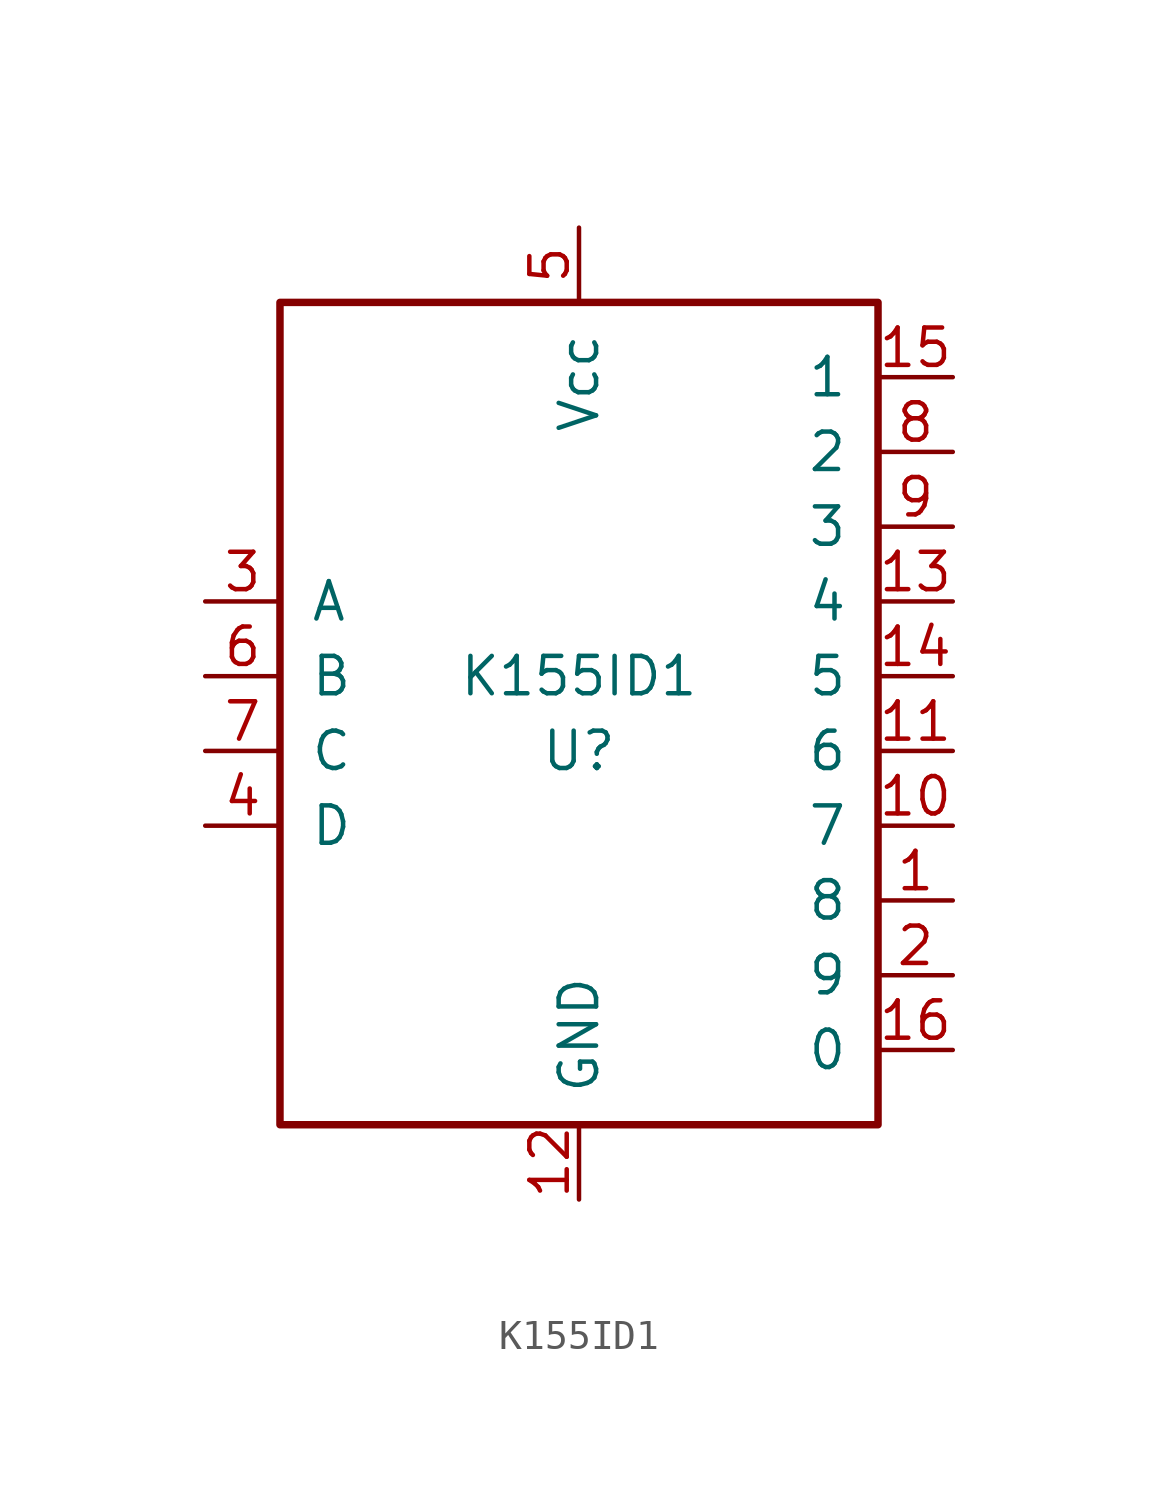
<source format=kicad_sym>
(kicad_symbol_lib
  (version 20211014)
  (generator kicad_symbol_editor)
  (symbol "K155ID1"
    (pin_names
      (offset 1.016))
    (property "Reference" "U"
      (at 0 -1.27 0)
      (effects (font (size 1.27 1.27))))
    (property "Value" "K155ID1"
      (at 0 1.27 0)
      (effects (font (size 1.27 1.27))))
    (symbol "K155ID1_0_1"
      (rectangle (start 10.16 13.97) (end -10.16 -13.97) (stroke (width 0.254) (type default) (color 0 0 0 0)) (fill (type none))))
    (symbol "K155ID1_1_1"
      (pin output line (at 12.7 -6.35 180) (length 2.54) (name "8" (effects (font (size 1.27 1.27)))) (number "1" (effects (font (size 1.27 1.27)))))
      (pin output line (at 12.7 -3.81 180) (length 2.54) (name "7" (effects (font (size 1.27 1.27)))) (number "10" (effects (font (size 1.27 1.27)))))
      (pin output line (at 12.7 -1.27 180) (length 2.54) (name "6" (effects (font (size 1.27 1.27)))) (number "11" (effects (font (size 1.27 1.27)))))
      (pin input line (at 0 -16.51 90) (length 2.54) (name "GND" (effects (font (size 1.27 1.27)))) (number "12" (effects (font (size 1.27 1.27)))))
      (pin output line (at 12.7 3.81 180) (length 2.54) (name "4" (effects (font (size 1.27 1.27)))) (number "13" (effects (font (size 1.27 1.27)))))
      (pin output line (at 12.7 1.27 180) (length 2.54) (name "5" (effects (font (size 1.27 1.27)))) (number "14" (effects (font (size 1.27 1.27)))))
      (pin output line (at 12.7 11.43 180) (length 2.54) (name "1" (effects (font (size 1.27 1.27)))) (number "15" (effects (font (size 1.27 1.27)))))
      (pin output line (at 12.7 -11.43 180) (length 2.54) (name "0" (effects (font (size 1.27 1.27)))) (number "16" (effects (font (size 1.27 1.27)))))
      (pin output line (at 12.7 -8.89 180) (length 2.54) (name "9" (effects (font (size 1.27 1.27)))) (number "2" (effects (font (size 1.27 1.27)))))
      (pin input line (at -12.7 3.81 0) (length 2.54) (name "A" (effects (font (size 1.27 1.27)))) (number "3" (effects (font (size 1.27 1.27)))))
      (pin input line (at -12.7 -3.81 0) (length 2.54) (name "D" (effects (font (size 1.27 1.27)))) (number "4" (effects (font (size 1.27 1.27)))))
      (pin power_in line (at 0 16.51 270) (length 2.54) (name "Vcc" (effects (font (size 1.27 1.27)))) (number "5" (effects (font (size 1.27 1.27)))))
      (pin input line (at -12.7 1.27 0) (length 2.54) (name "B" (effects (font (size 1.27 1.27)))) (number "6" (effects (font (size 1.27 1.27)))))
      (pin input line (at -12.7 -1.27 0) (length 2.54) (name "C" (effects (font (size 1.27 1.27)))) (number "7" (effects (font (size 1.27 1.27)))))
      (pin output line (at 12.7 8.89 180) (length 2.54) (name "2" (effects (font (size 1.27 1.27)))) (number "8" (effects (font (size 1.27 1.27)))))
      (pin output line (at 12.7 6.35 180) (length 2.54) (name "3" (effects (font (size 1.27 1.27)))) (number "9" (effects (font (size 1.27 1.27))))))))
</source>
